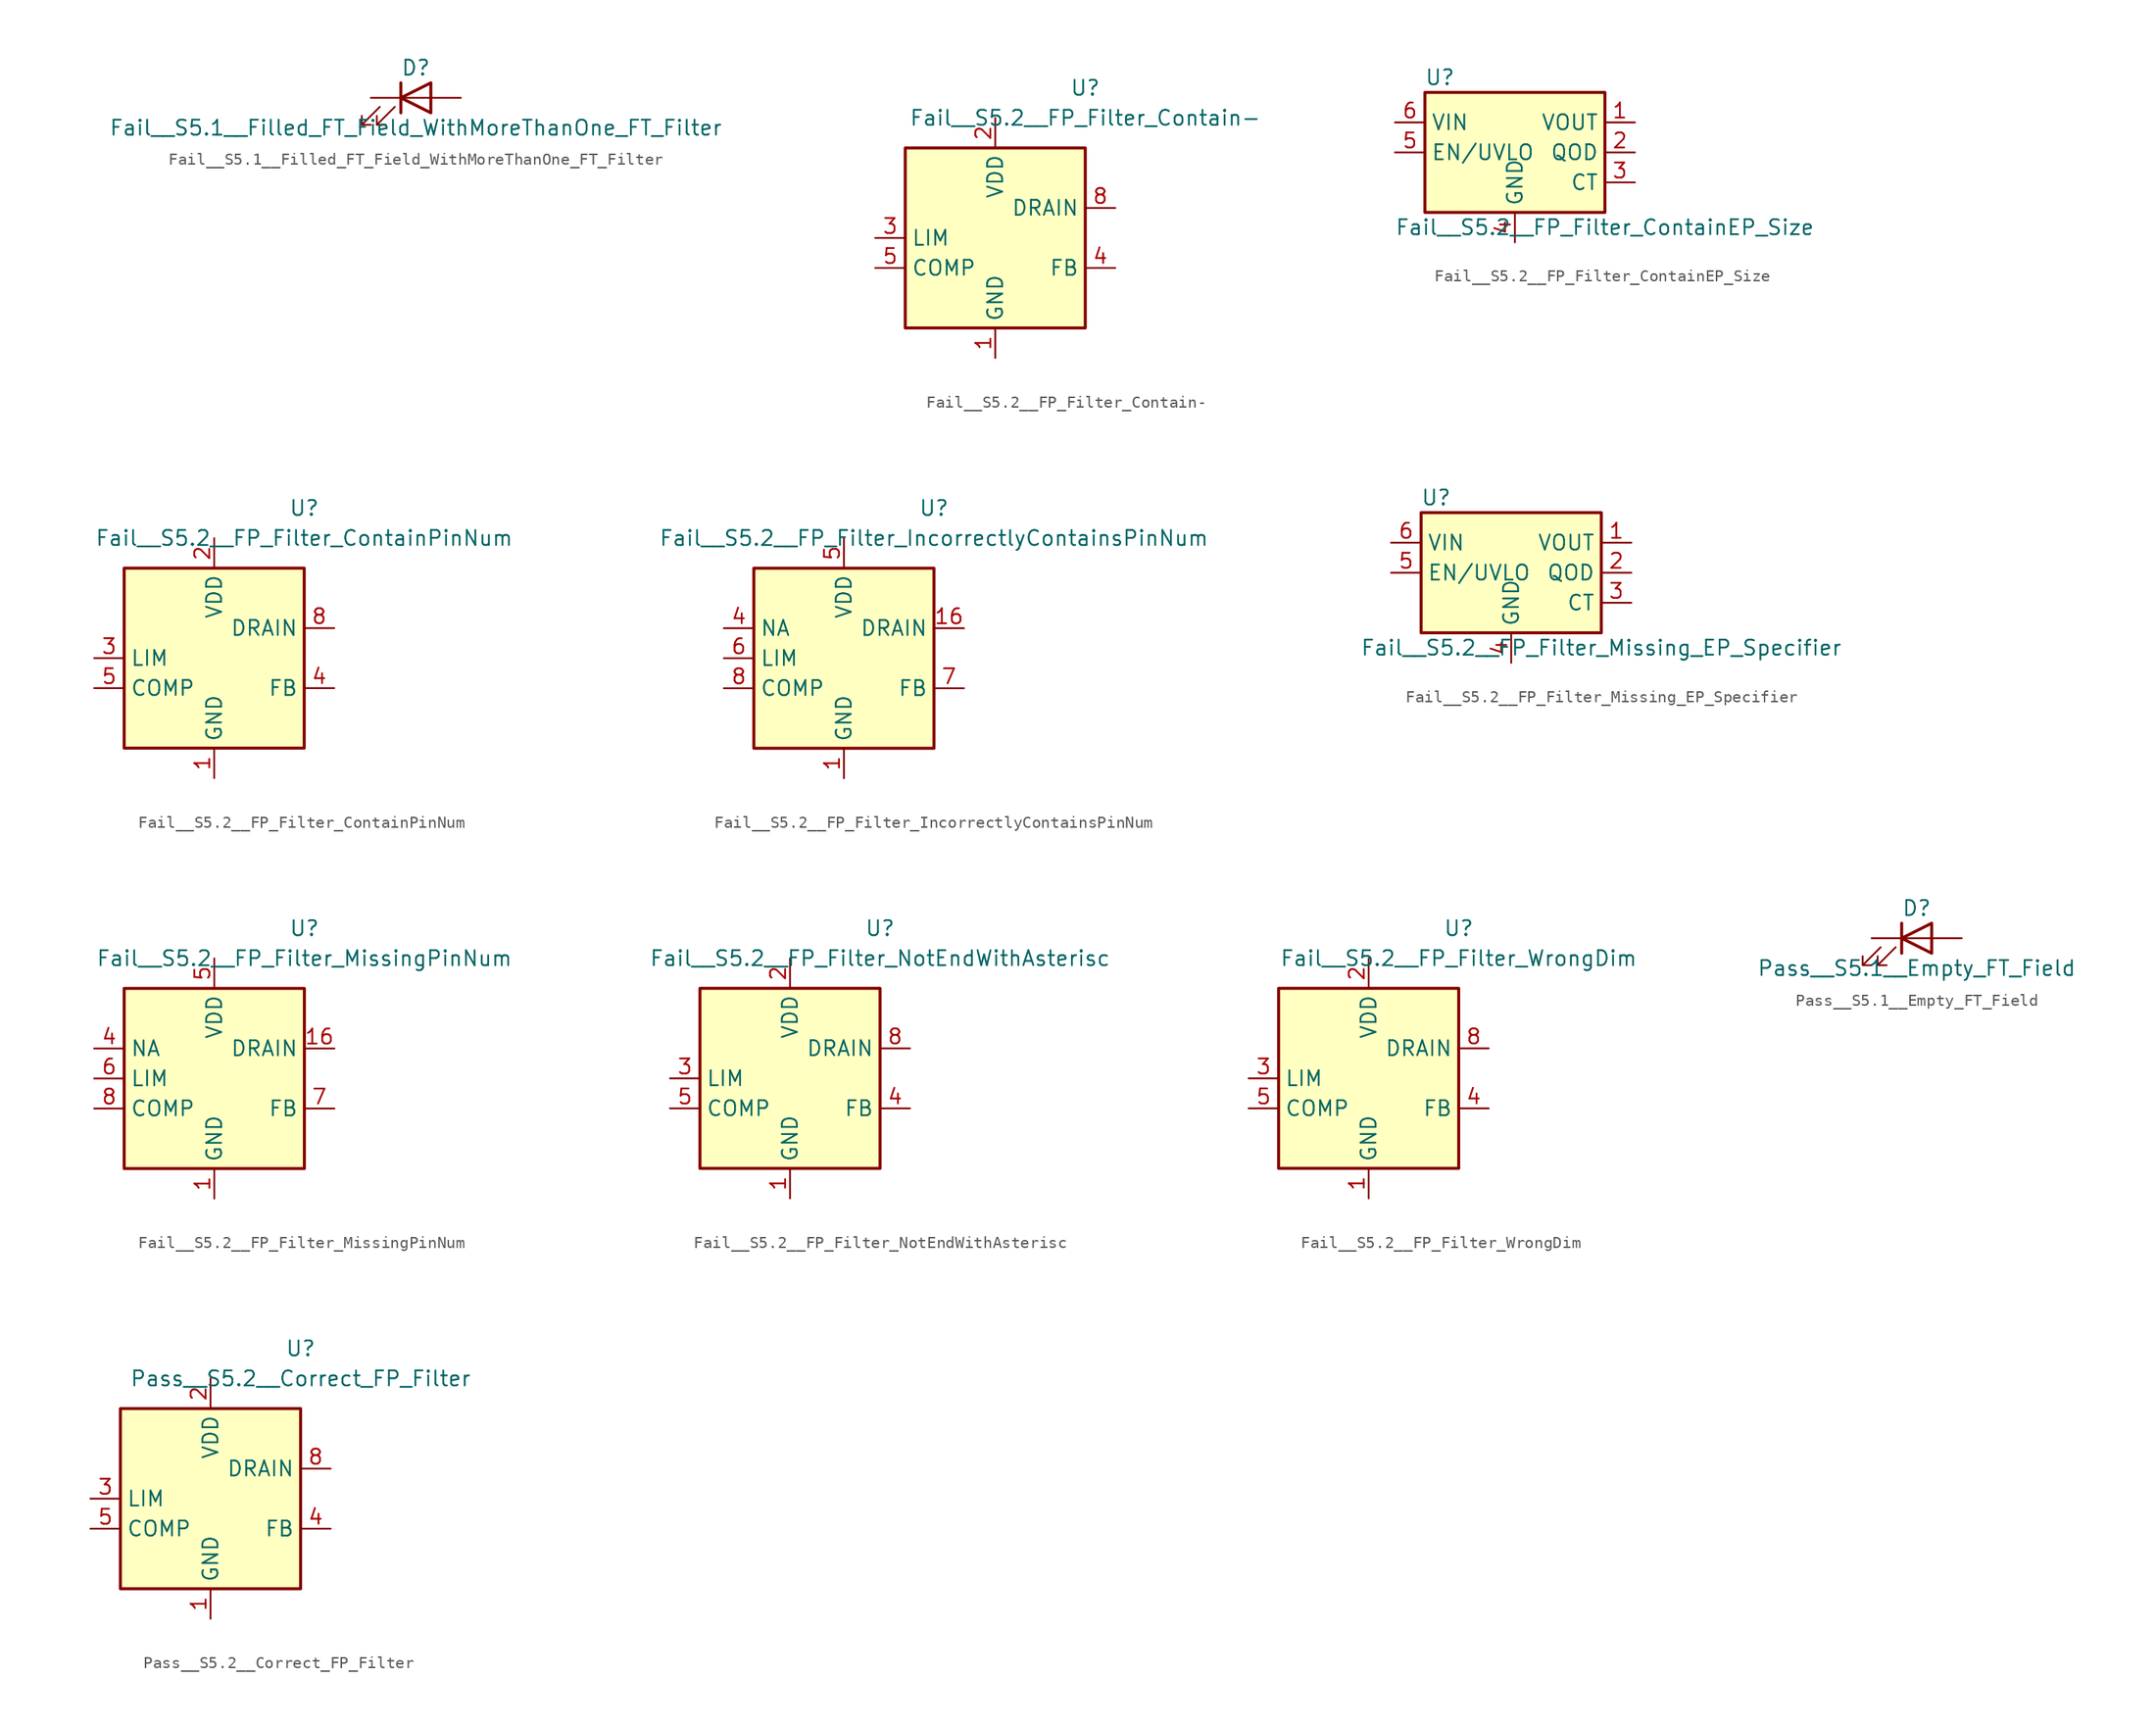
<source format=kicad_sym>
(kicad_symbol_lib
  (version 20201005)
  (generator kicad_symbol_editor)
  (symbol "CI_Test_S5.x:Fail__S5.1__Filled_FT_Field_WithMoreThanOne_FT_Filter"
    (pin_numbers hide)
    (pin_names hide)
    (property "Reference" "D"
      (at 0 2.54 0)
      (effects (font (size 1.27 1.27))))
    (property "Value" "Fail__S5.1__Filled_FT_Field_WithMoreThanOne_FT_Filter"
      (at 0 -2.54 0)
      (effects (font (size 1.27 1.27))))
    (symbol "Fail__S5.1__Filled_FT_Field_WithMoreThanOne_FT_Filter_0_1"
      (polyline (pts (xy -1.27 -1.27) (xy -1.27 1.27)) (stroke (width 0.254)) (fill (type none)))
      (polyline (pts (xy -1.27 0) (xy 1.27 0)) (stroke (width 0)) (fill (type none)))
      (polyline (pts (xy 1.27 -1.27) (xy 1.27 1.27) (xy -1.27 0) (xy 1.27 -1.27)) (stroke (width 0.254)) (fill (type none)))
      (polyline (pts (xy -3.048 -0.762) (xy -4.572 -2.286) (xy -3.81 -2.286) (xy -4.572 -2.286) (xy -4.572 -1.524)) (stroke (width 0)) (fill (type none)))
      (polyline (pts (xy -1.778 -0.762) (xy -3.302 -2.286) (xy -2.54 -2.286) (xy -3.302 -2.286) (xy -3.302 -1.524)) (stroke (width 0)) (fill (type none))))
    (symbol "Fail__S5.1__Filled_FT_Field_WithMoreThanOne_FT_Filter_1_1"
      (pin passive line (at -3.81 0 0) (length 2.54) (name "K" (effects (font (size 1.27 1.27)))) (number "1" (effects (font (size 1.27 1.27)))))
      (pin passive line (at 3.81 0 180) (length 2.54) (name "A" (effects (font (size 1.27 1.27)))) (number "2" (effects (font (size 1.27 1.27)))))))
  (symbol "CI_Test_S5.x:Fail__S5.2__FP_Filter_Contain-"
    (property "Reference" "U"
      (at 7.62 12.7 0)
      (effects (font (size 1.27 1.27))))
    (property "Value" "Fail__S5.2__FP_Filter_Contain-"
      (at 7.62 10.16 0)
      (effects (font (size 1.27 1.27))))
    (symbol "Fail__S5.2__FP_Filter_Contain-_1_1"
      (rectangle (start -7.62 7.62) (end 7.62 -7.62) (stroke (width 0.254)) (fill (type background)))
      (pin power_in line (at 0 -10.16 90) (length 2.54) (name "GND" (effects (font (size 1.27 1.27)))) (number "1" (effects (font (size 1.27 1.27)))))
      (pin power_in line (at 0 10.16 270) (length 2.54) (name "VDD" (effects (font (size 1.27 1.27)))) (number "2" (effects (font (size 1.27 1.27)))))
      (pin passive line (at -10.16 0 0) (length 2.54) (name "LIM" (effects (font (size 1.27 1.27)))) (number "3" (effects (font (size 1.27 1.27)))))
      (pin input line (at 10.16 -2.54 180) (length 2.54) (name "FB" (effects (font (size 1.27 1.27)))) (number "4" (effects (font (size 1.27 1.27)))))
      (pin passive line (at -10.16 -2.54 0) (length 2.54) (name "COMP" (effects (font (size 1.27 1.27)))) (number "5" (effects (font (size 1.27 1.27)))))
      (pin passive line (at 10.16 2.54 180) (length 2.54) hide (name "DRAIN" (effects (font (size 1.27 1.27)))) (number "7" (effects (font (size 1.27 1.27)))))
      (pin passive line (at 10.16 2.54 180) (length 2.54) (name "DRAIN" (effects (font (size 1.27 1.27)))) (number "8" (effects (font (size 1.27 1.27)))))))
  (symbol "CI_Test_S5.x:Fail__S5.2__FP_Filter_ContainEP_Size"
    (property "Reference" "U"
      (at -6.35 6.35 0)
      (effects (font (size 1.27 1.27))))
    (property "Value" "Fail__S5.2__FP_Filter_ContainEP_Size"
      (at 7.62 -6.35 0)
      (effects (font (size 1.27 1.27))))
    (symbol "Fail__S5.2__FP_Filter_ContainEP_Size_1_1"
      (rectangle (start -7.62 5.08) (end 7.62 -5.08) (stroke (width 0.254)) (fill (type background)))
      (pin power_out line (at 10.16 2.54 180) (length 2.54) (name "VOUT" (effects (font (size 1.27 1.27)))) (number "1" (effects (font (size 1.27 1.27)))))
      (pin open_collector line (at 10.16 0 180) (length 2.54) (name "QOD" (effects (font (size 1.27 1.27)))) (number "2" (effects (font (size 1.27 1.27)))))
      (pin output line (at 10.16 -2.54 180) (length 2.54) (name "CT" (effects (font (size 1.27 1.27)))) (number "3" (effects (font (size 1.27 1.27)))))
      (pin power_in line (at 0 -7.62 90) (length 2.54) (name "GND" (effects (font (size 1.27 1.27)))) (number "4" (effects (font (size 1.27 1.27)))))
      (pin input line (at -10.16 0 0) (length 2.54) (name "EN/UVLO" (effects (font (size 1.27 1.27)))) (number "5" (effects (font (size 1.27 1.27)))))
      (pin power_in line (at -10.16 2.54 0) (length 2.54) (name "VIN" (effects (font (size 1.27 1.27)))) (number "6" (effects (font (size 1.27 1.27)))))
      (pin passive line (at 0 -7.62 90) (length 2.54) hide (name "GND" (effects (font (size 1.27 1.27)))) (number "7" (effects (font (size 1.27 1.27)))))))
  (symbol "CI_Test_S5.x:Fail__S5.2__FP_Filter_ContainPinNum"
    (property "Reference" "U"
      (at 7.62 12.7 0)
      (effects (font (size 1.27 1.27))))
    (property "Value" "Fail__S5.2__FP_Filter_ContainPinNum"
      (at 7.62 10.16 0)
      (effects (font (size 1.27 1.27))))
    (symbol "Fail__S5.2__FP_Filter_ContainPinNum_1_1"
      (rectangle (start -7.62 7.62) (end 7.62 -7.62) (stroke (width 0.254)) (fill (type background)))
      (pin power_in line (at 0 -10.16 90) (length 2.54) (name "GND" (effects (font (size 1.27 1.27)))) (number "1" (effects (font (size 1.27 1.27)))))
      (pin power_in line (at 0 10.16 270) (length 2.54) (name "VDD" (effects (font (size 1.27 1.27)))) (number "2" (effects (font (size 1.27 1.27)))))
      (pin passive line (at -10.16 0 0) (length 2.54) (name "LIM" (effects (font (size 1.27 1.27)))) (number "3" (effects (font (size 1.27 1.27)))))
      (pin input line (at 10.16 -2.54 180) (length 2.54) (name "FB" (effects (font (size 1.27 1.27)))) (number "4" (effects (font (size 1.27 1.27)))))
      (pin passive line (at -10.16 -2.54 0) (length 2.54) (name "COMP" (effects (font (size 1.27 1.27)))) (number "5" (effects (font (size 1.27 1.27)))))
      (pin passive line (at 10.16 2.54 180) (length 2.54) hide (name "DRAIN" (effects (font (size 1.27 1.27)))) (number "7" (effects (font (size 1.27 1.27)))))
      (pin passive line (at 10.16 2.54 180) (length 2.54) (name "DRAIN" (effects (font (size 1.27 1.27)))) (number "8" (effects (font (size 1.27 1.27)))))))
  (symbol "CI_Test_S5.x:Fail__S5.2__FP_Filter_IncorrectlyContainsPinNum"
    (property "Reference" "U"
      (at 7.62 12.7 0)
      (effects (font (size 1.27 1.27))))
    (property "Value" "Fail__S5.2__FP_Filter_IncorrectlyContainsPinNum"
      (at 7.62 10.16 0)
      (effects (font (size 1.27 1.27))))
    (symbol "Fail__S5.2__FP_Filter_IncorrectlyContainsPinNum_0_1"
      (rectangle (start -7.62 -7.62) (end 7.62 7.62) (stroke (width 0.254)) (fill (type background))))
    (symbol "Fail__S5.2__FP_Filter_IncorrectlyContainsPinNum_1_1"
      (pin power_in line (at 0 -10.16 90) (length 2.54) (name "GND" (effects (font (size 1.27 1.27)))) (number "1" (effects (font (size 1.27 1.27)))))
      (pin unconnected line (at 7.62 -5.08 180) (length 2.54) hide (name "NC" (effects (font (size 1.27 1.27)))) (number "10" (effects (font (size 1.27 1.27)))))
      (pin unconnected line (at 7.62 0 180) (length 2.54) hide (name "NC" (effects (font (size 1.27 1.27)))) (number "11" (effects (font (size 1.27 1.27)))))
      (pin unconnected line (at 7.62 5.08 180) (length 2.54) hide (name "NC" (effects (font (size 1.27 1.27)))) (number "12" (effects (font (size 1.27 1.27)))))
      (pin passive line (at 10.16 2.54 180) (length 2.54) hide (name "DRAIN" (effects (font (size 1.27 1.27)))) (number "13" (effects (font (size 1.27 1.27)))))
      (pin passive line (at 10.16 2.54 180) (length 2.54) hide (name "DRAIN" (effects (font (size 1.27 1.27)))) (number "14" (effects (font (size 1.27 1.27)))))
      (pin passive line (at 10.16 2.54 180) (length 2.54) hide (name "DRAIN" (effects (font (size 1.27 1.27)))) (number "15" (effects (font (size 1.27 1.27)))))
      (pin passive line (at 10.16 2.54 180) (length 2.54) (name "DRAIN" (effects (font (size 1.27 1.27)))) (number "16" (effects (font (size 1.27 1.27)))))
      (pin passive line (at 0 -10.16 90) (length 2.54) hide (name "GND" (effects (font (size 1.27 1.27)))) (number "2" (effects (font (size 1.27 1.27)))))
      (pin unconnected line (at -7.62 5.08 0) (length 2.54) hide (name "NC" (effects (font (size 1.27 1.27)))) (number "3" (effects (font (size 1.27 1.27)))))
      (pin passive line (at -10.16 2.54 0) (length 2.54) (name "NA" (effects (font (size 1.27 1.27)))) (number "4" (effects (font (size 1.27 1.27)))))
      (pin power_in line (at 0 10.16 270) (length 2.54) (name "VDD" (effects (font (size 1.27 1.27)))) (number "5" (effects (font (size 1.27 1.27)))))
      (pin passive line (at -10.16 0 0) (length 2.54) (name "LIM" (effects (font (size 1.27 1.27)))) (number "6" (effects (font (size 1.27 1.27)))))
      (pin input line (at 10.16 -2.54 180) (length 2.54) (name "FB" (effects (font (size 1.27 1.27)))) (number "7" (effects (font (size 1.27 1.27)))))
      (pin passive line (at -10.16 -2.54 0) (length 2.54) (name "COMP" (effects (font (size 1.27 1.27)))) (number "8" (effects (font (size 1.27 1.27)))))
      (pin unconnected line (at -7.62 -5.08 0) (length 2.54) hide (name "NC" (effects (font (size 1.27 1.27)))) (number "9" (effects (font (size 1.27 1.27)))))))
  (symbol "CI_Test_S5.x:Fail__S5.2__FP_Filter_Missing_EP_Specifier"
    (property "Reference" "U"
      (at -6.35 6.35 0)
      (effects (font (size 1.27 1.27))))
    (property "Value" "Fail__S5.2__FP_Filter_Missing_EP_Specifier"
      (at 7.62 -6.35 0)
      (effects (font (size 1.27 1.27))))
    (symbol "Fail__S5.2__FP_Filter_Missing_EP_Specifier_1_1"
      (rectangle (start -7.62 5.08) (end 7.62 -5.08) (stroke (width 0.254)) (fill (type background)))
      (pin power_out line (at 10.16 2.54 180) (length 2.54) (name "VOUT" (effects (font (size 1.27 1.27)))) (number "1" (effects (font (size 1.27 1.27)))))
      (pin open_collector line (at 10.16 0 180) (length 2.54) (name "QOD" (effects (font (size 1.27 1.27)))) (number "2" (effects (font (size 1.27 1.27)))))
      (pin output line (at 10.16 -2.54 180) (length 2.54) (name "CT" (effects (font (size 1.27 1.27)))) (number "3" (effects (font (size 1.27 1.27)))))
      (pin power_in line (at 0 -7.62 90) (length 2.54) (name "GND" (effects (font (size 1.27 1.27)))) (number "4" (effects (font (size 1.27 1.27)))))
      (pin input line (at -10.16 0 0) (length 2.54) (name "EN/UVLO" (effects (font (size 1.27 1.27)))) (number "5" (effects (font (size 1.27 1.27)))))
      (pin power_in line (at -10.16 2.54 0) (length 2.54) (name "VIN" (effects (font (size 1.27 1.27)))) (number "6" (effects (font (size 1.27 1.27)))))
      (pin passive line (at 0 -7.62 90) (length 2.54) hide (name "GND" (effects (font (size 1.27 1.27)))) (number "7" (effects (font (size 1.27 1.27)))))))
  (symbol "CI_Test_S5.x:Fail__S5.2__FP_Filter_MissingPinNum"
    (property "Reference" "U"
      (at 7.62 12.7 0)
      (effects (font (size 1.27 1.27))))
    (property "Value" "Fail__S5.2__FP_Filter_MissingPinNum"
      (at 7.62 10.16 0)
      (effects (font (size 1.27 1.27))))
    (symbol "Fail__S5.2__FP_Filter_MissingPinNum_0_1"
      (rectangle (start -7.62 -7.62) (end 7.62 7.62) (stroke (width 0.254)) (fill (type background))))
    (symbol "Fail__S5.2__FP_Filter_MissingPinNum_1_1"
      (pin power_in line (at 0 -10.16 90) (length 2.54) (name "GND" (effects (font (size 1.27 1.27)))) (number "1" (effects (font (size 1.27 1.27)))))
      (pin unconnected line (at 7.62 -5.08 180) (length 2.54) hide (name "NC" (effects (font (size 1.27 1.27)))) (number "10" (effects (font (size 1.27 1.27)))))
      (pin unconnected line (at 7.62 0 180) (length 2.54) hide (name "NC" (effects (font (size 1.27 1.27)))) (number "11" (effects (font (size 1.27 1.27)))))
      (pin unconnected line (at 7.62 5.08 180) (length 2.54) hide (name "NC" (effects (font (size 1.27 1.27)))) (number "12" (effects (font (size 1.27 1.27)))))
      (pin passive line (at 10.16 2.54 180) (length 2.54) hide (name "DRAIN" (effects (font (size 1.27 1.27)))) (number "13" (effects (font (size 1.27 1.27)))))
      (pin passive line (at 10.16 2.54 180) (length 2.54) hide (name "DRAIN" (effects (font (size 1.27 1.27)))) (number "14" (effects (font (size 1.27 1.27)))))
      (pin passive line (at 10.16 2.54 180) (length 2.54) hide (name "DRAIN" (effects (font (size 1.27 1.27)))) (number "15" (effects (font (size 1.27 1.27)))))
      (pin passive line (at 10.16 2.54 180) (length 2.54) (name "DRAIN" (effects (font (size 1.27 1.27)))) (number "16" (effects (font (size 1.27 1.27)))))
      (pin passive line (at 0 -10.16 90) (length 2.54) hide (name "GND" (effects (font (size 1.27 1.27)))) (number "2" (effects (font (size 1.27 1.27)))))
      (pin unconnected line (at -7.62 5.08 0) (length 2.54) hide (name "NC" (effects (font (size 1.27 1.27)))) (number "3" (effects (font (size 1.27 1.27)))))
      (pin passive line (at -10.16 2.54 0) (length 2.54) (name "NA" (effects (font (size 1.27 1.27)))) (number "4" (effects (font (size 1.27 1.27)))))
      (pin power_in line (at 0 10.16 270) (length 2.54) (name "VDD" (effects (font (size 1.27 1.27)))) (number "5" (effects (font (size 1.27 1.27)))))
      (pin passive line (at -10.16 0 0) (length 2.54) (name "LIM" (effects (font (size 1.27 1.27)))) (number "6" (effects (font (size 1.27 1.27)))))
      (pin input line (at 10.16 -2.54 180) (length 2.54) (name "FB" (effects (font (size 1.27 1.27)))) (number "7" (effects (font (size 1.27 1.27)))))
      (pin passive line (at -10.16 -2.54 0) (length 2.54) (name "COMP" (effects (font (size 1.27 1.27)))) (number "8" (effects (font (size 1.27 1.27)))))
      (pin unconnected line (at -7.62 -5.08 0) (length 2.54) hide (name "NC" (effects (font (size 1.27 1.27)))) (number "9" (effects (font (size 1.27 1.27)))))))
  (symbol "CI_Test_S5.x:Fail__S5.2__FP_Filter_NotEndWithAsterisc"
    (property "Reference" "U"
      (at 7.62 12.7 0)
      (effects (font (size 1.27 1.27))))
    (property "Value" "Fail__S5.2__FP_Filter_NotEndWithAsterisc"
      (at 7.62 10.16 0)
      (effects (font (size 1.27 1.27))))
    (symbol "Fail__S5.2__FP_Filter_NotEndWithAsterisc_1_1"
      (rectangle (start -7.62 7.62) (end 7.62 -7.62) (stroke (width 0.254)) (fill (type background)))
      (pin power_in line (at 0 -10.16 90) (length 2.54) (name "GND" (effects (font (size 1.27 1.27)))) (number "1" (effects (font (size 1.27 1.27)))))
      (pin power_in line (at 0 10.16 270) (length 2.54) (name "VDD" (effects (font (size 1.27 1.27)))) (number "2" (effects (font (size 1.27 1.27)))))
      (pin passive line (at -10.16 0 0) (length 2.54) (name "LIM" (effects (font (size 1.27 1.27)))) (number "3" (effects (font (size 1.27 1.27)))))
      (pin input line (at 10.16 -2.54 180) (length 2.54) (name "FB" (effects (font (size 1.27 1.27)))) (number "4" (effects (font (size 1.27 1.27)))))
      (pin passive line (at -10.16 -2.54 0) (length 2.54) (name "COMP" (effects (font (size 1.27 1.27)))) (number "5" (effects (font (size 1.27 1.27)))))
      (pin passive line (at 10.16 2.54 180) (length 2.54) hide (name "DRAIN" (effects (font (size 1.27 1.27)))) (number "7" (effects (font (size 1.27 1.27)))))
      (pin passive line (at 10.16 2.54 180) (length 2.54) (name "DRAIN" (effects (font (size 1.27 1.27)))) (number "8" (effects (font (size 1.27 1.27)))))))
  (symbol "CI_Test_S5.x:Fail__S5.2__FP_Filter_WrongDim"
    (property "Reference" "U"
      (at 7.62 12.7 0)
      (effects (font (size 1.27 1.27))))
    (property "Value" "Fail__S5.2__FP_Filter_WrongDim"
      (at 7.62 10.16 0)
      (effects (font (size 1.27 1.27))))
    (symbol "Fail__S5.2__FP_Filter_WrongDim_1_1"
      (rectangle (start -7.62 7.62) (end 7.62 -7.62) (stroke (width 0.254)) (fill (type background)))
      (pin power_in line (at 0 -10.16 90) (length 2.54) (name "GND" (effects (font (size 1.27 1.27)))) (number "1" (effects (font (size 1.27 1.27)))))
      (pin power_in line (at 0 10.16 270) (length 2.54) (name "VDD" (effects (font (size 1.27 1.27)))) (number "2" (effects (font (size 1.27 1.27)))))
      (pin passive line (at -10.16 0 0) (length 2.54) (name "LIM" (effects (font (size 1.27 1.27)))) (number "3" (effects (font (size 1.27 1.27)))))
      (pin input line (at 10.16 -2.54 180) (length 2.54) (name "FB" (effects (font (size 1.27 1.27)))) (number "4" (effects (font (size 1.27 1.27)))))
      (pin passive line (at -10.16 -2.54 0) (length 2.54) (name "COMP" (effects (font (size 1.27 1.27)))) (number "5" (effects (font (size 1.27 1.27)))))
      (pin passive line (at 10.16 2.54 180) (length 2.54) hide (name "DRAIN" (effects (font (size 1.27 1.27)))) (number "7" (effects (font (size 1.27 1.27)))))
      (pin passive line (at 10.16 2.54 180) (length 2.54) (name "DRAIN" (effects (font (size 1.27 1.27)))) (number "8" (effects (font (size 1.27 1.27)))))))
  (symbol "CI_Test_S5.x:Pass__S5.1__Empty_FT_Field"
    (pin_numbers hide)
    (pin_names hide)
    (property "Reference" "D"
      (at 0 2.54 0)
      (effects (font (size 1.27 1.27))))
    (property "Value" "Pass__S5.1__Empty_FT_Field"
      (at 0 -2.54 0)
      (effects (font (size 1.27 1.27))))
    (symbol "Pass__S5.1__Empty_FT_Field_0_1"
      (polyline (pts (xy -1.27 -1.27) (xy -1.27 1.27)) (stroke (width 0.254)) (fill (type none)))
      (polyline (pts (xy -1.27 0) (xy 1.27 0)) (stroke (width 0)) (fill (type none)))
      (polyline (pts (xy 1.27 -1.27) (xy 1.27 1.27) (xy -1.27 0) (xy 1.27 -1.27)) (stroke (width 0.254)) (fill (type none)))
      (polyline (pts (xy -3.048 -0.762) (xy -4.572 -2.286) (xy -3.81 -2.286) (xy -4.572 -2.286) (xy -4.572 -1.524)) (stroke (width 0)) (fill (type none)))
      (polyline (pts (xy -1.778 -0.762) (xy -3.302 -2.286) (xy -2.54 -2.286) (xy -3.302 -2.286) (xy -3.302 -1.524)) (stroke (width 0)) (fill (type none))))
    (symbol "Pass__S5.1__Empty_FT_Field_1_1"
      (pin passive line (at -3.81 0 0) (length 2.54) (name "K" (effects (font (size 1.27 1.27)))) (number "1" (effects (font (size 1.27 1.27)))))
      (pin passive line (at 3.81 0 180) (length 2.54) (name "A" (effects (font (size 1.27 1.27)))) (number "2" (effects (font (size 1.27 1.27)))))))
  (symbol "CI_Test_S5.x:Pass__S5.2__Correct_FP_Filter"
    (property "Reference" "U"
      (at 7.62 12.7 0)
      (effects (font (size 1.27 1.27))))
    (property "Value" "Pass__S5.2__Correct_FP_Filter"
      (at 7.62 10.16 0)
      (effects (font (size 1.27 1.27))))
    (symbol "Pass__S5.2__Correct_FP_Filter_1_1"
      (rectangle (start -7.62 7.62) (end 7.62 -7.62) (stroke (width 0.254)) (fill (type background)))
      (pin power_in line (at 0 -10.16 90) (length 2.54) (name "GND" (effects (font (size 1.27 1.27)))) (number "1" (effects (font (size 1.27 1.27)))))
      (pin power_in line (at 0 10.16 270) (length 2.54) (name "VDD" (effects (font (size 1.27 1.27)))) (number "2" (effects (font (size 1.27 1.27)))))
      (pin passive line (at -10.16 0 0) (length 2.54) (name "LIM" (effects (font (size 1.27 1.27)))) (number "3" (effects (font (size 1.27 1.27)))))
      (pin input line (at 10.16 -2.54 180) (length 2.54) (name "FB" (effects (font (size 1.27 1.27)))) (number "4" (effects (font (size 1.27 1.27)))))
      (pin passive line (at -10.16 -2.54 0) (length 2.54) (name "COMP" (effects (font (size 1.27 1.27)))) (number "5" (effects (font (size 1.27 1.27)))))
      (pin passive line (at 10.16 2.54 180) (length 2.54) hide (name "DRAIN" (effects (font (size 1.27 1.27)))) (number "7" (effects (font (size 1.27 1.27)))))
      (pin passive line (at 10.16 2.54 180) (length 2.54) (name "DRAIN" (effects (font (size 1.27 1.27)))) (number "8" (effects (font (size 1.27 1.27))))))))
</source>
